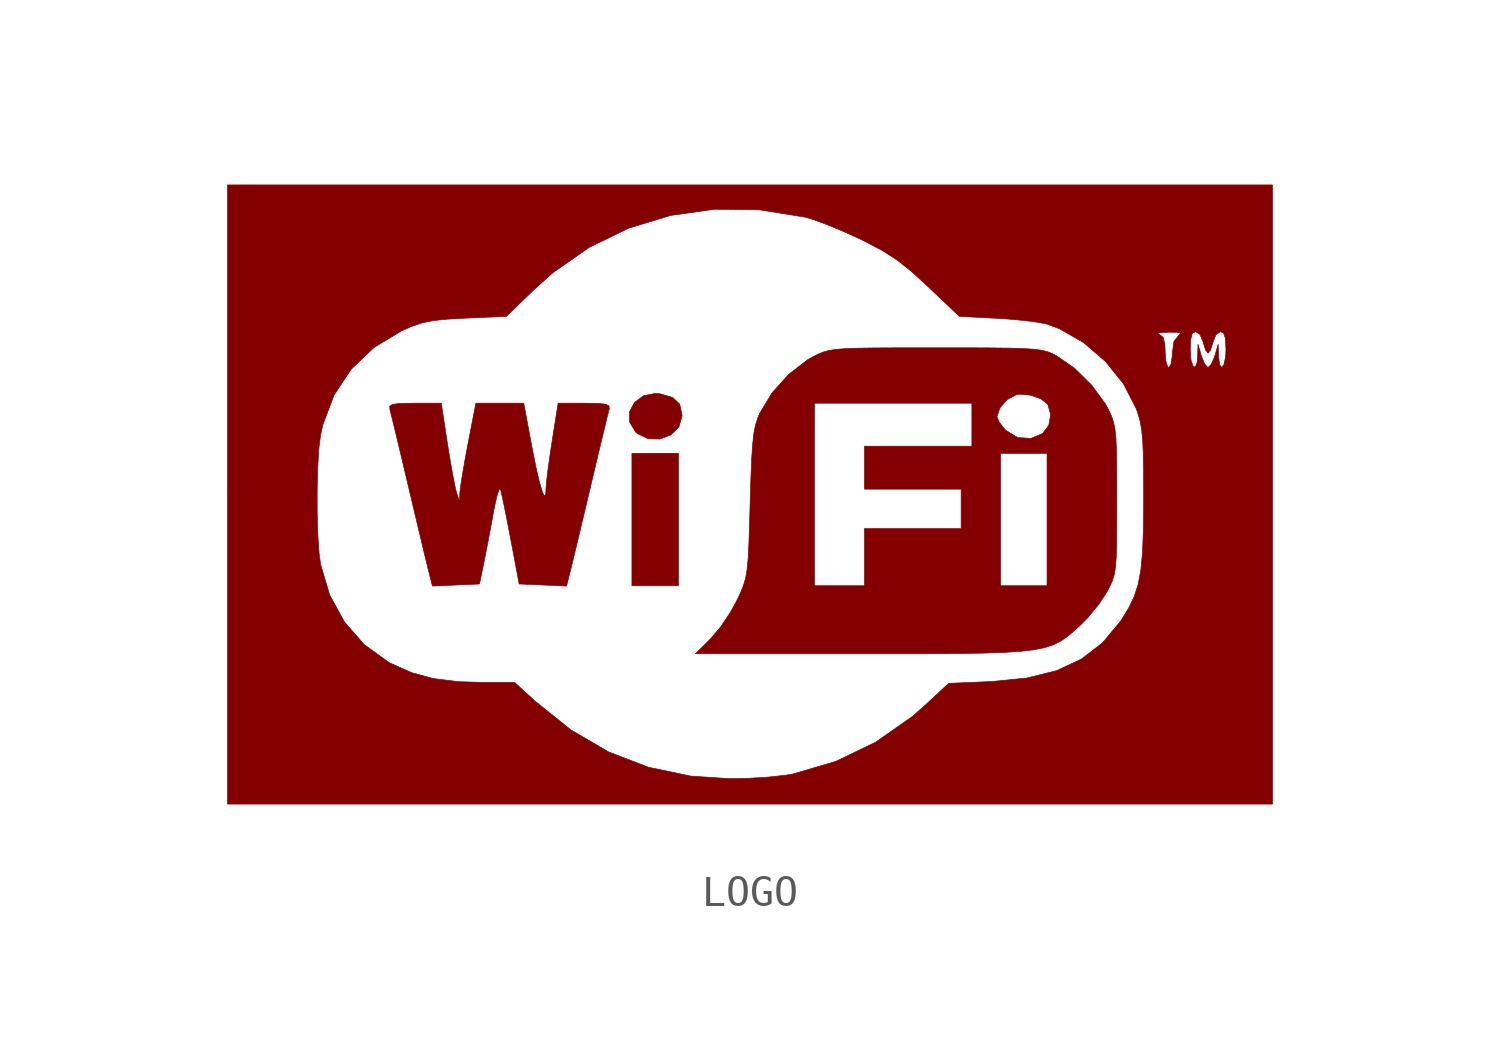
<source format=kicad_sym>
(kicad_symbol_lib
  (version 20220914)
  (generator bitmap2component)
  (symbol "LOGO"
    (pin_names
      (offset 1.016))
    (property "Reference" "#G"
      (at 0 9.339 0)
      (effects (font (size 1.27 1.27)) hide))
    (symbol "LOGO_0_0"
      (polyline (pts (xy 16.933 -0.058) (xy 16.933 9.974) (xy 0 9.974) (xy -16.933 9.974) (xy -16.933 0.076) (xy -14.028 0.076) (xy -14.011 0.791) (xy -13.974 1.411) (xy -13.917 1.869) (xy -13.842 2.207) (xy -13.478 3.167) (xy -12.922 4.005) (xy -12.188 4.704) (xy -11.29 5.245) (xy -10.973 5.385) (xy -10.637 5.501) (xy -10.279 5.576) (xy -9.827 5.623) (xy -9.213 5.657) (xy -7.893 5.715) (xy -6.983 6.598) (xy -6.388 7.129) (xy -5.206 7.953) (xy -3.927 8.574) (xy -2.57 8.986) (xy -1.152 9.186) (xy 0.31 9.168) (xy 1.798 8.928) (xy 2.028 8.86) (xy 2.48 8.694) (xy 3.014 8.473) (xy 3.559 8.225) (xy 3.729 8.142) (xy 4.295 7.844) (xy 4.768 7.539) (xy 5.23 7.173) (xy 5.762 6.686) (xy 6.785 5.715) (xy 8.003 5.651) (xy 8.351 5.629) (xy 8.889 5.58) (xy 9.338 5.522) (xy 9.628 5.463) (xy 10.023 5.316) (xy 10.299 5.158) (xy 13.213 5.158) (xy 13.306 5.187) (xy 13.57 5.202) (xy 13.863 5.199) (xy 13.967 5.165) (xy 13.889 5.094) (xy 13.738 4.9) (xy 13.702 4.639) (xy 14.266 4.639) (xy 14.278 4.952) (xy 14.332 5.16) (xy 14.443 5.219) (xy 14.585 5.128) (xy 14.689 4.871) (xy 14.69 4.865) (xy 14.765 4.623) (xy 14.846 4.523) (xy 14.847 4.523) (xy 14.928 4.628) (xy 15.002 4.871) (xy 15.097 5.115) (xy 15.249 5.219) (xy 15.344 5.18) (xy 15.408 5.002) (xy 15.426 4.639) (xy 15.414 4.405) (xy 15.36 4.153) (xy 15.287 4.059) (xy 15.219 4.146) (xy 15.183 4.436) (xy 15.173 4.813) (xy 15.064 4.436) (xy 15.053 4.401) (xy 14.948 4.159) (xy 14.846 4.059) (xy 14.835 4.061) (xy 14.73 4.182) (xy 14.627 4.436) (xy 14.519 4.813) (xy 14.508 4.436) (xy 14.49 4.227) (xy 14.431 4.069) (xy 14.357 4.099) (xy 14.293 4.297) (xy 14.266 4.639) (xy 13.702 4.639) (xy 13.686 4.518) (xy 13.683 4.419) (xy 13.643 4.162) (xy 13.57 4.059) (xy 13.536 4.081) (xy 13.477 4.264) (xy 13.454 4.573) (xy 13.445 4.805) (xy 13.386 5.042) (xy 13.251 5.139) (xy 13.213 5.158) (xy 10.299 5.158) (xy 10.81 4.865) (xy 11.521 4.253) (xy 12.105 3.526) (xy 12.514 2.732) (xy 12.566 2.584) (xy 12.639 2.333) (xy 12.691 2.054) (xy 12.726 1.706) (xy 12.746 1.249) (xy 12.755 0.641) (xy 12.758 -0.157) (xy 12.758 -0.309) (xy 12.749 -1.216) (xy 12.721 -1.936) (xy 12.666 -2.508) (xy 12.579 -2.972) (xy 12.451 -3.367) (xy 12.275 -3.732) (xy 12.046 -4.106) (xy 11.996 -4.179) (xy 11.423 -4.865) (xy 10.743 -5.39) (xy 9.934 -5.767) (xy 8.97 -6.006) (xy 7.829 -6.119) (xy 6.437 -6.179) (xy 5.675 -6.888) (xy 5.252 -7.259) (xy 4.074 -8.083) (xy 2.792 -8.702) (xy 1.413 -9.11) (xy 1.168 -9.153) (xy 0.618 -9.214) (xy -0.015 -9.255) (xy -0.638 -9.268) (xy -1.911 -9.185) (xy -3.288 -8.898) (xy -4.582 -8.4) (xy -5.806 -7.685) (xy -6.975 -6.747) (xy -7.629 -6.147) (xy -8.68 -6.147) (xy -9.458 -6.124) (xy -10.262 -6.024) (xy -10.963 -5.833) (xy -11.627 -5.538) (xy -11.713 -5.492) (xy -12.502 -4.923) (xy -13.144 -4.188) (xy -13.622 -3.313) (xy -13.917 -2.324) (xy -13.965 -1.962) (xy -14.006 -1.368) (xy -14.027 -0.666) (xy -14.028 0.076) (xy -16.933 0.076) (xy -16.933 -0.058) (xy -16.933 -10.09) (xy 0 -10.09) (xy 16.933 -10.09) (xy 16.933 -0.058)) (stroke (width 0.01) (type default)) (fill (type outline)))
      (polyline (pts (xy 4.497 -5.219) (xy 5.699 -5.218) (xy 6.705 -5.212) (xy 7.535 -5.199) (xy 8.211 -5.177) (xy 8.756 -5.142) (xy 9.19 -5.092) (xy 9.534 -5.025) (xy 9.812 -4.936) (xy 10.043 -4.825) (xy 10.25 -4.687) (xy 10.454 -4.52) (xy 10.676 -4.322) (xy 10.953 -4.044) (xy 11.311 -3.609) (xy 11.576 -3.202) (xy 11.659 -3.041) (xy 11.743 -2.854) (xy 11.804 -2.657) (xy 11.845 -2.414) (xy 11.869 -2.087) (xy 11.882 -1.639) (xy 11.887 -1.033) (xy 11.888 -0.232) (xy 11.888 0.083) (xy 11.885 0.817) (xy 11.876 1.368) (xy 11.858 1.774) (xy 11.826 2.073) (xy 11.778 2.3) (xy 11.711 2.494) (xy 11.62 2.69) (xy 11.52 2.874) (xy 11.077 3.482) (xy 10.517 4.034) (xy 9.922 4.446) (xy 9.921 4.446) (xy 9.777 4.519) (xy 9.627 4.575) (xy 9.442 4.619) (xy 9.195 4.65) (xy 8.857 4.672) (xy 8.4 4.686) (xy 7.795 4.693) (xy 7.015 4.697) (xy 6.031 4.697) (xy 5.651 4.697) (xy 4.747 4.696) (xy 4.037 4.692) (xy 3.49 4.684) (xy 3.079 4.668) (xy 2.775 4.643) (xy 2.549 4.607) (xy 2.372 4.558) (xy 2.216 4.494) (xy 2.051 4.412) (xy 1.869 4.31) (xy 1.253 3.835) (xy 0.71 3.23) (xy 0.314 2.572) (xy 0.253 2.426) (xy 0.181 2.204) (xy 0.127 1.935) (xy 0.087 1.583) (xy 0.055 1.109) (xy 0.029 0.478) (xy 0.004 -0.348) (xy -0.013 -0.977) (xy -0.035 -1.628) (xy -0.059 -2.116) (xy -0.093 -2.48) (xy -0.14 -2.759) (xy -0.207 -2.993) (xy -0.216 -3.015) (xy 2.088 -3.015) (xy 2.088 -0.058) (xy 2.088 2.9) (xy 4.639 2.9) (xy 7.191 2.9) (xy 7.191 2.463) (xy 8.003 2.463) (xy 8.1 2.749) (xy 8.335 3.017) (xy 8.63 3.176) (xy 8.737 3.193) (xy 9.09 3.161) (xy 9.431 3.04) (xy 9.651 2.863) (xy 9.745 2.535) (xy 9.682 2.183) (xy 9.485 1.92) (xy 9.104 1.76) (xy 8.672 1.788) (xy 8.287 2.024) (xy 8.265 2.047) (xy 8.079 2.282) (xy 8.003 2.462) (xy 8.003 2.463) (xy 7.191 2.463) (xy 7.191 2.204) (xy 7.191 1.508) (xy 5.451 1.508) (xy 3.711 1.508) (xy 3.711 0.812) (xy 3.711 0.116) (xy 5.277 0.116) (xy 6.843 0.116) (xy 6.843 -0.522) (xy 6.843 -1.16) (xy 5.277 -1.16) (xy 3.711 -1.16) (xy 3.711 -2.088) (xy 3.711 -3.015) (xy 8.119 -3.015) (xy 8.119 -0.87) (xy 8.119 1.276) (xy 8.873 1.276) (xy 9.627 1.276) (xy 9.627 -0.87) (xy 9.627 -3.015) (xy 8.873 -3.015) (xy 8.119 -3.015) (xy 3.711 -3.015) (xy 2.9 -3.015) (xy 2.088 -3.015) (xy -0.216 -3.015) (xy -0.297 -3.22) (xy -0.418 -3.479) (xy -0.633 -3.873) (xy -0.954 -4.35) (xy -1.271 -4.726) (xy -1.767 -5.219) (xy 3.619 -5.219) (xy 4.497 -5.219)) (stroke (width 0.01) (type default)) (fill (type outline)))
      (polyline (pts (xy -5.814 -2.502) (xy -5.812 -2.496) (xy -5.742 -2.212) (xy -5.631 -1.75) (xy -5.489 -1.154) (xy -5.326 -0.47) (xy -5.154 0.257) (xy -5.134 0.342) (xy -4.97 1.036) (xy -4.822 1.656) (xy -4.699 2.165) (xy -4.611 2.525) (xy -4.567 2.697) (xy -4.561 2.717) (xy -4.568 2.814) (xy -4.674 2.869) (xy -4.925 2.894) (xy -5.363 2.9) (xy -6.218 2.9) (xy -6.416 1.653) (xy -6.477 1.251) (xy -6.547 0.748) (xy -6.595 0.351) (xy -6.612 0.122) (xy -6.619 -0.04) (xy -6.659 -0.112) (xy -6.728 0.019) (xy -6.823 0.338) (xy -6.938 0.83) (xy -7.067 1.479) (xy -7.333 2.9) (xy -8.108 2.9) (xy -8.883 2.9) (xy -9.139 1.587) (xy -9.228 1.114) (xy -9.316 0.61) (xy -9.378 0.217) (xy -9.404 -0.008) (xy -9.413 -0.29) (xy -9.509 0) (xy -9.553 0.174) (xy -9.628 0.547) (xy -9.716 1.041) (xy -9.806 1.595) (xy -10.006 2.9) (xy -10.868 2.9) (xy -10.966 2.899) (xy -11.368 2.891) (xy -11.591 2.862) (xy -11.677 2.801) (xy -11.67 2.697) (xy -11.668 2.687) (xy -11.618 2.491) (xy -11.525 2.112) (xy -11.399 1.587) (xy -11.249 0.956) (xy -11.083 0.257) (xy -11.077 0.231) (xy -10.905 -0.495) (xy -10.743 -1.177) (xy -10.602 -1.769) (xy -10.492 -2.226) (xy -10.424 -2.502) (xy -10.292 -3.025) (xy -9.529 -2.991) (xy -8.766 -2.958) (xy -8.612 -2.204) (xy -8.523 -1.751) (xy -8.407 -1.146) (xy -8.303 -0.58) (xy -8.282 -0.464) (xy -8.203 -0.111) (xy -8.134 0.096) (xy -8.088 0.116) (xy -8.085 0.109) (xy -8.039 -0.084) (xy -7.961 -0.452) (xy -7.863 -0.943) (xy -7.754 -1.508) (xy -7.481 -2.958) (xy -6.713 -2.991) (xy -5.945 -3.025) (xy -5.814 -2.502)) (stroke (width 0.01) (type default)) (fill (type outline)))
      (polyline (pts (xy -2.32 -0.87) (xy -2.32 1.276) (xy -3.074 1.276) (xy -3.827 1.276) (xy -3.827 -0.87) (xy -3.827 -3.015) (xy -3.074 -3.015) (xy -2.32 -3.015) (xy -2.32 -0.87)) (stroke (width 0.01) (type default)) (fill (type outline)))
      (polyline (pts (xy -2.558 1.877) (xy -2.303 2.132) (xy -2.204 2.486) (xy -2.204 2.519) (xy -2.277 2.868) (xy -2.504 3.085) (xy -2.918 3.206) (xy -3.07 3.219) (xy -3.455 3.14) (xy -3.743 2.926) (xy -3.903 2.627) (xy -3.903 2.293) (xy -3.711 1.972) (xy -3.644 1.911) (xy -3.291 1.745) (xy -2.909 1.741) (xy -2.558 1.877)) (stroke (width 0.01) (type default)) (fill (type outline))))))
</source>
